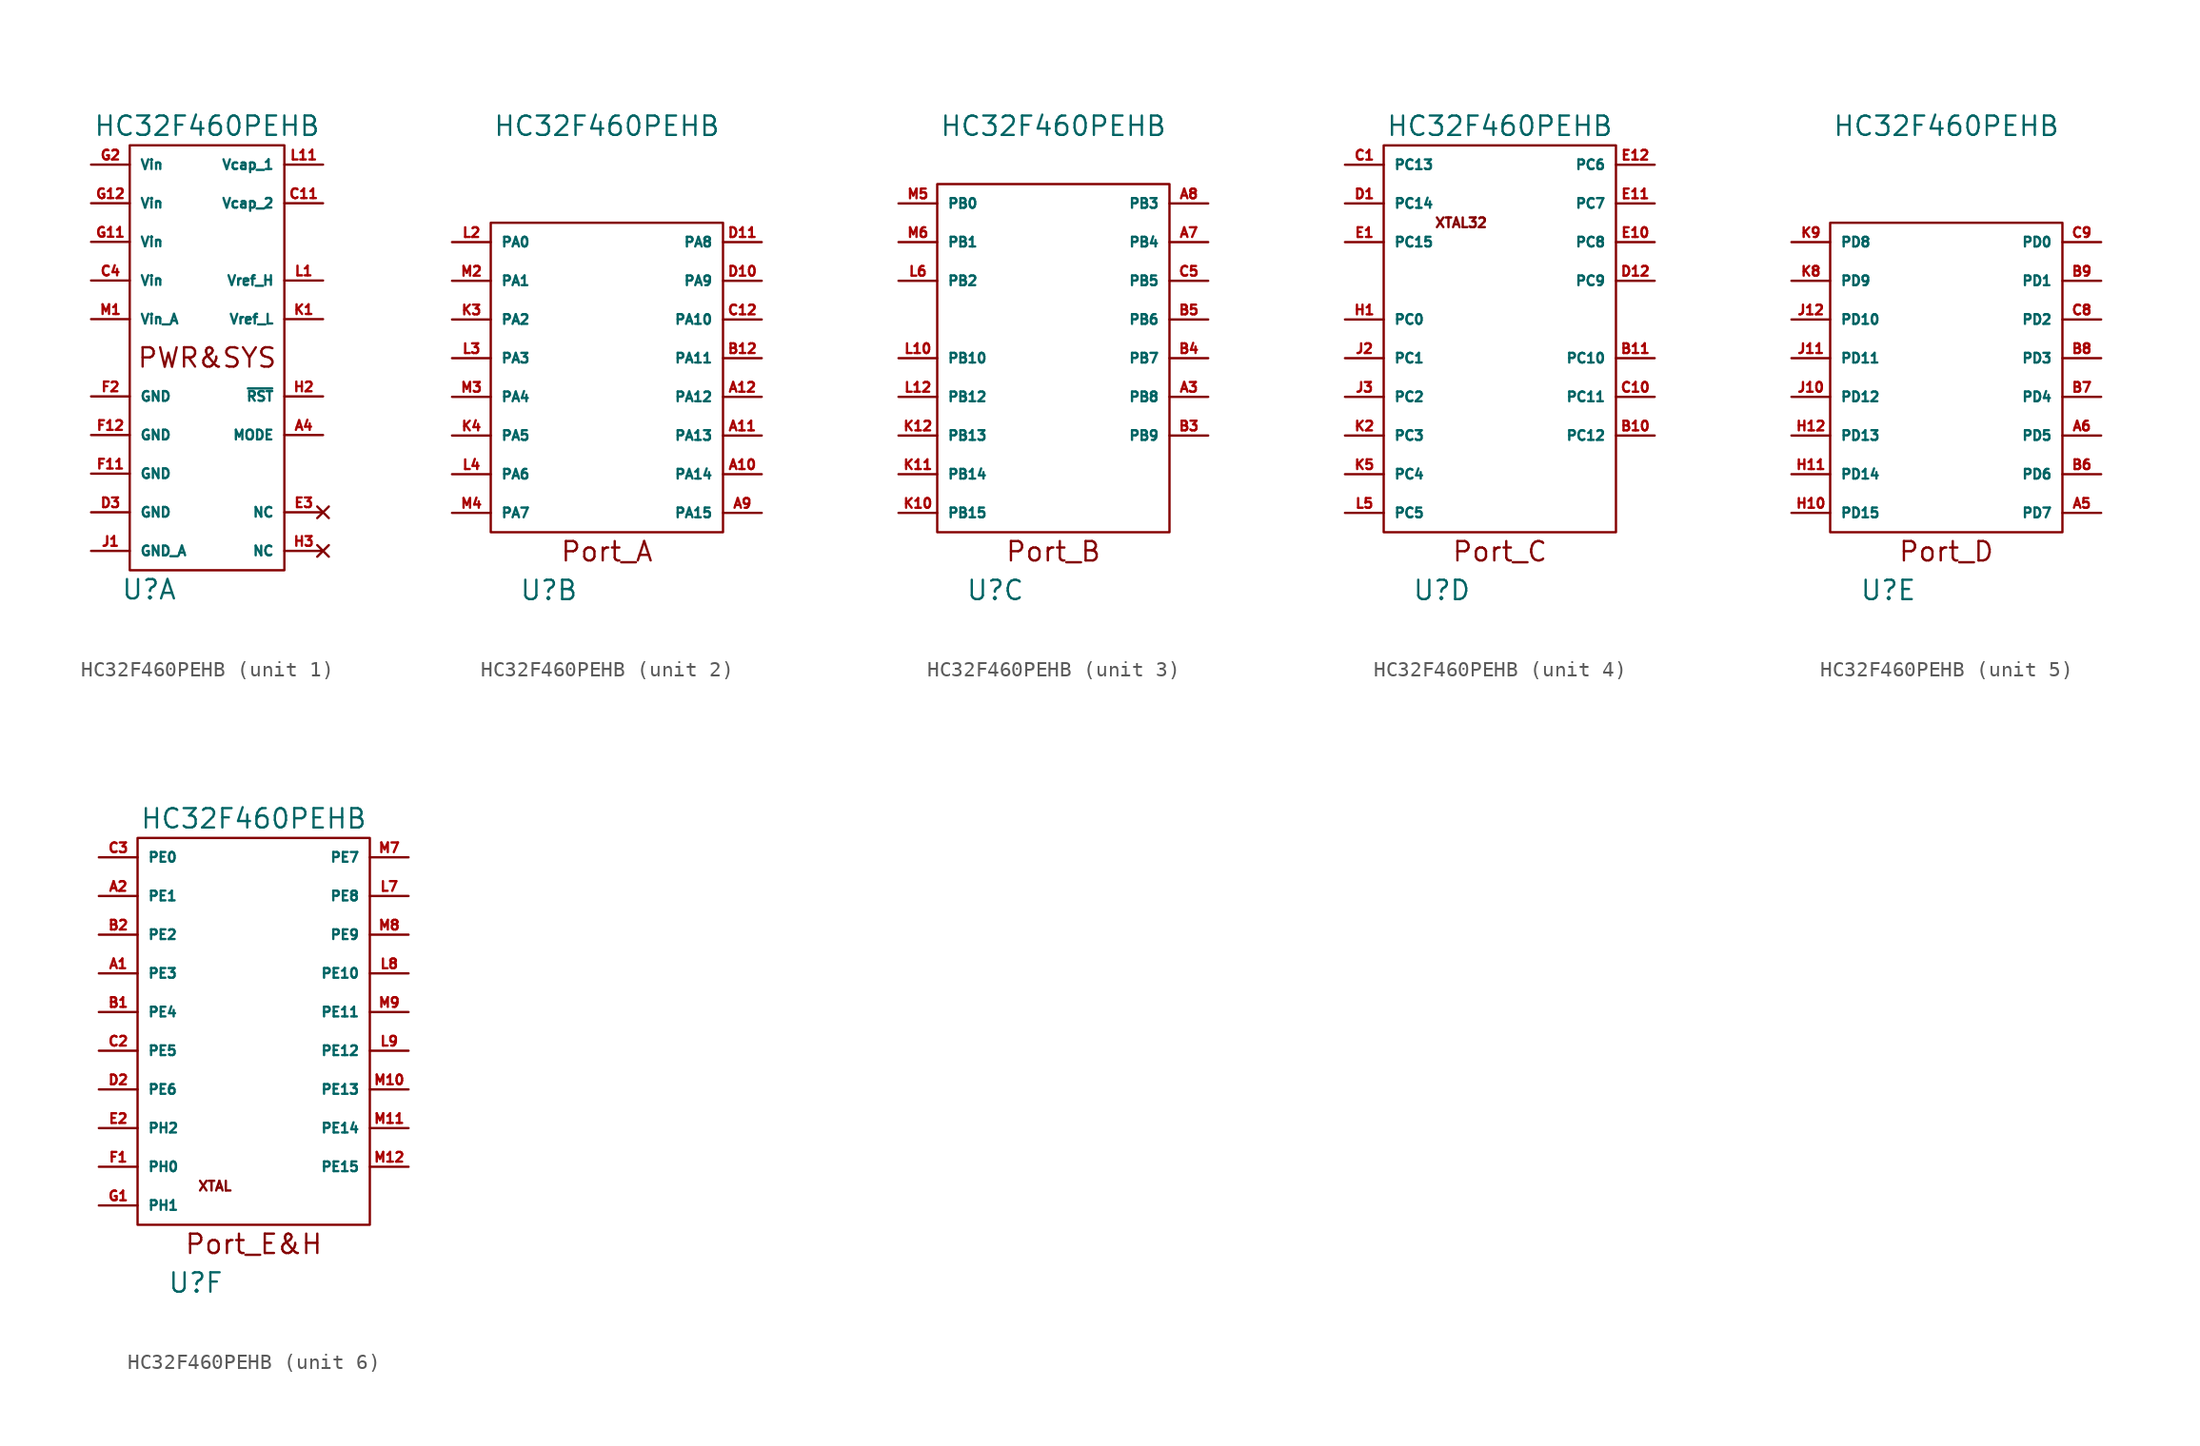
<source format=kicad_sym>
(kicad_symbol_lib
  (version 20211014)
  (generator kicad_symbol_editor)
  (symbol "HC32F460PEHB"
    (pin_names
      (offset 0.635))
    (property "Reference" "U"
      (at -3.81 -15.24 0)
      (effects (font (size 1.27 1.27))))
    (property "Value" "HC32F460PEHB"
      (at 0 15.24 0)
      (effects (font (size 1.27 1.27))))
    (property "ki_locked" ""
      (at 0 0 0)
      (effects (font (size 1.27 1.27))))
    (symbol "HC32F460PEHB_1_0"
      (rectangle (start -5.08 13.97) (end 5.08 -13.97) (stroke (width 0) (type default) (color 0 0 0 0)) (fill (type none)))
      (text "PWR&SYS" (at 0 0 0) (effects (font (size 1.27 1.27)))))
    (symbol "HC32F460PEHB_1_1"
      (pin input line (at 7.62 -5.08 180) (length 2.54) (name "MODE" (effects (font (size 0.635 0.635)))) (number "A4" (effects (font (size 0.635 0.635)))) (alternate "NMI" input line) (alternate "PB11" input line))
      (pin power_in line (at 7.62 10.16 180) (length 2.54) (name "Vcap_2" (effects (font (size 0.635 0.635)))) (number "C11" (effects (font (size 0.635 0.635)))))
      (pin power_in line (at -7.62 5.08 0) (length 2.54) (name "Vin" (effects (font (size 0.635 0.635)))) (number "C4" (effects (font (size 0.635 0.635)))))
      (pin power_in line (at -7.62 -10.16 0) (length 2.54) (name "GND" (effects (font (size 0.635 0.635)))) (number "D3" (effects (font (size 0.635 0.635)))))
      (pin no_connect line (at 7.62 -10.16 180) (length 2.54) (name "NC" (effects (font (size 0.635 0.635)))) (number "E3" (effects (font (size 0.635 0.635)))))
      (pin power_in line (at -7.62 -7.62 0) (length 2.54) (name "GND" (effects (font (size 0.635 0.635)))) (number "F11" (effects (font (size 0.635 0.635)))))
      (pin power_in line (at -7.62 -5.08 0) (length 2.54) (name "GND" (effects (font (size 0.635 0.635)))) (number "F12" (effects (font (size 0.635 0.635)))))
      (pin power_in line (at -7.62 -2.54 0) (length 2.54) (name "GND" (effects (font (size 0.635 0.635)))) (number "F2" (effects (font (size 0.635 0.635)))))
      (pin power_in line (at -7.62 7.62 0) (length 2.54) (name "Vin" (effects (font (size 0.635 0.635)))) (number "G11" (effects (font (size 0.635 0.635)))))
      (pin power_in line (at -7.62 10.16 0) (length 2.54) (name "Vin" (effects (font (size 0.635 0.635)))) (number "G12" (effects (font (size 0.635 0.635)))))
      (pin power_in line (at -7.62 12.7 0) (length 2.54) (name "Vin" (effects (font (size 0.635 0.635)))) (number "G2" (effects (font (size 0.635 0.635)))))
      (pin input line (at 7.62 -2.54 180) (length 2.54) (name "~{RST}" (effects (font (size 0.635 0.635)))) (number "H2" (effects (font (size 0.635 0.635)))))
      (pin no_connect line (at 7.62 -12.7 180) (length 2.54) (name "NC" (effects (font (size 0.635 0.635)))) (number "H3" (effects (font (size 0.635 0.635)))))
      (pin power_in line (at -7.62 -12.7 0) (length 2.54) (name "GND_A" (effects (font (size 0.635 0.635)))) (number "J1" (effects (font (size 0.635 0.635)))))
      (pin power_in line (at 7.62 2.54 180) (length 2.54) (name "Vref_L" (effects (font (size 0.635 0.635)))) (number "K1" (effects (font (size 0.635 0.635)))))
      (pin power_in line (at 7.62 5.08 180) (length 2.54) (name "Vref_H" (effects (font (size 0.635 0.635)))) (number "L1" (effects (font (size 0.635 0.635)))))
      (pin power_in line (at 7.62 12.7 180) (length 2.54) (name "Vcap_1" (effects (font (size 0.635 0.635)))) (number "L11" (effects (font (size 0.635 0.635)))))
      (pin power_in line (at -7.62 2.54 0) (length 2.54) (name "Vin_A" (effects (font (size 0.635 0.635)))) (number "M1" (effects (font (size 0.635 0.635))))))
    (symbol "HC32F460PEHB_2_0"
      (rectangle (start -7.62 8.89) (end 7.62 -11.43) (stroke (width 0) (type default) (color 0 0 0 0)) (fill (type none)))
      (text "Port_A" (at 0 -12.7 0) (effects (font (size 1.27 1.27)))))
    (symbol "HC32F460PEHB_2_1"
      (pin bidirectional line (at 10.16 -7.62 180) (length 2.54) (name "PA14" (effects (font (size 0.635 0.635)))) (number "A10" (effects (font (size 0.635 0.635)))) (alternate "Func_Grp1" bidirectional line) (alternate "I2S1_EXCK" input clock) (alternate "JTCK_SWCLK" input clock) (alternate "SDIO2_D2" bidirectional line) (alternate "SPI2_SS2" output line) (alternate "TIMA-2_PWM6" bidirectional line) (alternate "TIMA-4_TRIG" input line) (alternate "TIMA-6_PWM3" bidirectional line))
      (pin bidirectional line (at 10.16 -5.08 180) (length 2.54) (name "PA13" (effects (font (size 0.635 0.635)))) (number "A11" (effects (font (size 0.635 0.635)))) (alternate "Func_Grp1" bidirectional line) (alternate "JTMS_SWDIO" bidirectional line) (alternate "SDIO2_D3" bidirectional line) (alternate "SPI2_SS1" output line) (alternate "TIMA-2_PWM5" bidirectional line) (alternate "TIMA-6_CLKB" input clock) (alternate "TIMA-6_PWM2" bidirectional line))
      (pin bidirectional line (at 10.16 -2.54 180) (length 2.54) (name "PA12" (effects (font (size 0.635 0.635)))) (number "A12" (effects (font (size 0.635 0.635)))) (alternate "Func_Grp1" bidirectional line) (alternate "SDIO2_WP" input line) (alternate "TIM4-3_OWL" output line) (alternate "TIM6_TRIGA" input line) (alternate "TIMA-1_TRIG" input line) (alternate "TIMA-6_CLKA" input clock) (alternate "TIMA-6_PWM1" bidirectional line) (alternate "USBFS_DP" bidirectional line))
      (pin bidirectional line (at 10.16 -10.16 180) (length 2.54) (name "PA15" (effects (font (size 0.635 0.635)))) (number "A9" (effects (font (size 0.635 0.635)))) (alternate "Func_Grp1" bidirectional line) (alternate "I2S1_MCK" output clock) (alternate "JTDI" input line) (alternate "SDIO2_D1" bidirectional line) (alternate "SPI2_SS3" output line) (alternate "TIMA-2_CLKA" input clock) (alternate "TIMA-2_PWM1" bidirectional line) (alternate "TIMA-2_TRIG" input line) (alternate "TIMA-6_PWM4" bidirectional line))
      (pin bidirectional line (at 10.16 0 180) (length 2.54) (name "PA11" (effects (font (size 0.635 0.635)))) (number "B12" (effects (font (size 0.635 0.635)))) (alternate "EMB_IN1" input line) (alternate "Func_Grp1" bidirectional line) (alternate "SDIO2_CD" input line) (alternate "TIM4-1_CLK" input clock) (alternate "TIMA-1_PWM4" bidirectional line) (alternate "USBFS_DM" bidirectional line))
      (pin bidirectional line (at 10.16 2.54 180) (length 2.54) (name "PA10" (effects (font (size 0.635 0.635)))) (number "C12" (effects (font (size 0.635 0.635)))) (alternate "Func_Grp1" bidirectional line) (alternate "SDIO1_CD" input line) (alternate "TIM4-1_OWH" output line) (alternate "TIM6-3_PWMA" bidirectional line) (alternate "TIMA-1_PWM3" bidirectional line) (alternate "TIMA-5_TRIG" input line) (alternate "USBFS_ID" input line))
      (pin bidirectional line (at 10.16 5.08 180) (length 2.54) (name "PA9" (effects (font (size 0.635 0.635)))) (number "D10" (effects (font (size 0.635 0.635)))) (alternate "Func_Grp1" bidirectional line) (alternate "SDIO1_D2" bidirectional line) (alternate "TIM4-1_OVH" output line) (alternate "TIM6-2_PWMA" bidirectional line) (alternate "TIMA-1_CLKB" input clock) (alternate "TIMA-1_PWM2" bidirectional line) (alternate "USBFS_VBUS" input line))
      (pin bidirectional line (at 10.16 7.62 180) (length 2.54) (name "PA8" (effects (font (size 0.635 0.635)))) (number "D11" (effects (font (size 0.635 0.635)))) (alternate "Func_Grp1" bidirectional line) (alternate "MCO_1" output clock) (alternate "SDIO1_D1" bidirectional line) (alternate "TIM4-1_OUH" output line) (alternate "TIM6-1_PWMA" bidirectional line) (alternate "TIMA-1_CLKA" input clock) (alternate "TIMA-1_PWM1" bidirectional line) (alternate "USART1_CK" bidirectional clock) (alternate "USBFS_SOF" output line))
      (pin bidirectional line (at -10.16 2.54 0) (length 2.54) (name "PA2" (effects (font (size 0.635 0.635)))) (number "K3" (effects (font (size 0.635 0.635)))) (alternate "ADC1_IN2" input line) (alternate "CMP1_INP3" input line) (alternate "Func_Grp1" bidirectional line) (alternate "SDIO2_D6" bidirectional line) (alternate "SPI1_SS3" output line) (alternate "TIM4-2_OVH" output line) (alternate "TIMA-2_PWM3" bidirectional line) (alternate "TIMA-5_CLKA" input clock) (alternate "TIMA-5_PWM1" bidirectional line))
      (pin bidirectional line (at -10.16 -5.08 0) (length 2.54) (name "PA5" (effects (font (size 0.635 0.635)))) (number "K4" (effects (font (size 0.635 0.635)))) (alternate "ADC12_IN5" input line) (alternate "CMP2_INP2" input line) (alternate "Func_Grp1" bidirectional line) (alternate "I2S1_MCK" output clock) (alternate "KEYOUT1" output line) (alternate "TIM4-2_OWL" output line) (alternate "TIMA-2_CLKA" input clock) (alternate "TIMA-2_PWM1" bidirectional line) (alternate "TIMA-2_TRIG" input line) (alternate "TIMA-3_PWM6" bidirectional line))
      (pin bidirectional line (at -10.16 7.62 0) (length 2.54) (name "PA0" (effects (font (size 0.635 0.635)))) (number "L2" (effects (font (size 0.635 0.635)))) (alternate "ADC1_IN0" input line) (alternate "CMP1_INP1" input line) (alternate "Func_Grp1" bidirectional line) (alternate "SDIO2_D4" bidirectional line) (alternate "SPI1_SS1" output line) (alternate "TIM4-2_OUH" output line) (alternate "TIMA-2_CLKA" input clock) (alternate "TIMA-2_PWM1" bidirectional line) (alternate "TIMA-2_TRIG" input line))
      (pin bidirectional line (at -10.16 0 0) (length 2.54) (name "PA3" (effects (font (size 0.635 0.635)))) (number "L3" (effects (font (size 0.635 0.635)))) (alternate "ADC1_IN3" input line) (alternate "CMP1_INP4" input line) (alternate "Func_Grp1" bidirectional line) (alternate "SDIO2_D7" bidirectional line) (alternate "TIM4-2_OVL" output line) (alternate "TIMA-2_PWM4" bidirectional line) (alternate "TIMA-5_CLKB" input clock) (alternate "TIMA-5_PWM2" bidirectional line) (alternate "Vss_PGA" power_in line))
      (pin bidirectional line (at -10.16 -7.62 0) (length 2.54) (name "PA6" (effects (font (size 0.635 0.635)))) (number "L4" (effects (font (size 0.635 0.635)))) (alternate "ADC12_IN6" input line) (alternate "CMP2_INP3" input line) (alternate "EMB_IN2" input line) (alternate "Func_Grp1" bidirectional line) (alternate "KEYOUT2" output line) (alternate "SDIO1_CMD" bidirectional line) (alternate "TIMA-3_CLKA" input clock) (alternate "TIMA-3_PWM1" bidirectional line))
      (pin bidirectional line (at -10.16 5.08 0) (length 2.54) (name "PA1" (effects (font (size 0.635 0.635)))) (number "M2" (effects (font (size 0.635 0.635)))) (alternate "ADC1_IN1" input line) (alternate "CMP1_INP2" input line) (alternate "Func_Grp1" bidirectional line) (alternate "SDIO2_D5" bidirectional line) (alternate "SPI1_SS2" output line) (alternate "TIM4-2_OUL" output line) (alternate "TIMA-2_CLKB" input clock) (alternate "TIMA-2_PWM2" bidirectional line) (alternate "TIMA-3_TRIG" input line))
      (pin bidirectional line (at -10.16 -2.54 0) (length 2.54) (name "PA4" (effects (font (size 0.635 0.635)))) (number "M3" (effects (font (size 0.635 0.635)))) (alternate "ADC12_IN4" input line) (alternate "CMP2_INP1" input line) (alternate "CMP3_INP4" input line) (alternate "Func_Grp1" bidirectional line) (alternate "I2S1_EXCK" input clock) (alternate "KEYOUT0" output line) (alternate "TIM4-2_OWH" output line) (alternate "TIMA-3_PWM5" bidirectional line) (alternate "USART2_CK" bidirectional clock))
      (pin bidirectional line (at -10.16 -10.16 0) (length 2.54) (name "PA7" (effects (font (size 0.635 0.635)))) (number "M4" (effects (font (size 0.635 0.635)))) (alternate "ADC12_IN7" input line) (alternate "CMP1_INM1" input line) (alternate "CMP2_INM1" input line) (alternate "CMP3_INM1" input line) (alternate "EMB_IN3" input line) (alternate "Func_Grp1" bidirectional line) (alternate "KEYOUT3" output line) (alternate "SDIO2_WP" input line) (alternate "TIM4-1_OUL" output line) (alternate "TIM6-1_PWMB" bidirectional line) (alternate "TIMA-1_PWM5" bidirectional line) (alternate "TIMA-3_CLKB" input clock) (alternate "TIMA-3_PWM2" bidirectional line)))
    (symbol "HC32F460PEHB_3_0"
      (rectangle (start -7.62 11.43) (end 7.62 -11.43) (stroke (width 0) (type default) (color 0 0 0 0)) (fill (type none)))
      (text "Port_B" (at 0 -12.7 0) (effects (font (size 1.27 1.27)))))
    (symbol "HC32F460PEHB_3_1"
      (pin bidirectional line (at 10.16 -2.54 180) (length 2.54) (name "PB8" (effects (font (size 0.635 0.635)))) (number "A3" (effects (font (size 0.635 0.635)))) (alternate "Func_Grp2" bidirectional line) (alternate "KEYOUT7" output line) (alternate "SDIO1_D4" bidirectional line) (alternate "TIM4-3_OUL" output line) (alternate "TIMA-4_PWM3" bidirectional line) (alternate "USBFS_DRVBUS" output line))
      (pin bidirectional line (at 10.16 7.62 180) (length 2.54) (name "PB4" (effects (font (size 0.635 0.635)))) (number "A7" (effects (font (size 0.635 0.635)))) (alternate "Func_Grp2" bidirectional line) (alternate "SDIO1_D0" bidirectional line) (alternate "TIM4-3_OWL" output line) (alternate "TIMA-3_CLKA" input clock) (alternate "TIMA-3_PWM1" bidirectional line) (alternate "TIMA-6_PWM6" bidirectional line) (alternate "nJTRST" input line))
      (pin bidirectional line (at 10.16 10.16 180) (length 2.54) (name "PB3" (effects (font (size 0.635 0.635)))) (number "A8" (effects (font (size 0.635 0.635)))) (alternate "FCMREF" input clock) (alternate "Func_Grp2" bidirectional line) (alternate "JTDO_TRACESWO" output line) (alternate "SDIO2_D0" bidirectional line) (alternate "TIM4-3_CLK" input clock) (alternate "TIMA-2_CLKB" input clock) (alternate "TIMA-2_PWM2" bidirectional line) (alternate "TIMA-6_PWM5" bidirectional line))
      (pin bidirectional line (at 10.16 -5.08 180) (length 2.54) (name "PB9" (effects (font (size 0.635 0.635)))) (number "B3" (effects (font (size 0.635 0.635)))) (alternate "Func_Grp2" bidirectional line) (alternate "KEYOUT6" output line) (alternate "SDIO1_D5" bidirectional line) (alternate "SPI2_SS1" output line) (alternate "TIM4-3_OUH" output line) (alternate "TIMA-4_PWM4" bidirectional line) (alternate "TIMA-6_TRIG" input line))
      (pin bidirectional line (at 10.16 0 180) (length 2.54) (name "PB7" (effects (font (size 0.635 0.635)))) (number "B4" (effects (font (size 0.635 0.635)))) (alternate "ADTRG1" input line) (alternate "Func_Grp2" bidirectional line) (alternate "SDIO1_D0" bidirectional line) (alternate "TIM4-3_OVH" output line) (alternate "TIMA-4_CLKB" input clock) (alternate "TIMA-4_PWM2" bidirectional line))
      (pin bidirectional line (at 10.16 2.54 180) (length 2.54) (name "PB6" (effects (font (size 0.635 0.635)))) (number "B5" (effects (font (size 0.635 0.635)))) (alternate "ADTRG2" input line) (alternate "Func_Grp2" bidirectional line) (alternate "I2S4_MCK" output clock) (alternate "SDIO2_CK" output clock) (alternate "TIM4-3_OVL" output line) (alternate "TIMA-4_CLKA" input clock) (alternate "TIMA-4_PWM1" bidirectional line) (alternate "TIMA-6_PWM8" bidirectional line))
      (pin bidirectional line (at 10.16 5.08 180) (length 2.54) (name "PB5" (effects (font (size 0.635 0.635)))) (number "C5" (effects (font (size 0.635 0.635)))) (alternate "Func_Grp2" bidirectional line) (alternate "I2S4_EXCK" input clock) (alternate "SDIO1_D3" bidirectional line) (alternate "TIM4-3_OWH" output line) (alternate "TIMA-3_CLKB" input clock) (alternate "TIMA-3_PWM2" bidirectional line) (alternate "TIMA-6_PWM7" bidirectional line))
      (pin bidirectional line (at -10.16 -10.16 0) (length 2.54) (name "PB15" (effects (font (size 0.635 0.635)))) (number "K10" (effects (font (size 0.635 0.635)))) (alternate "EMB_IN4" input line) (alternate "Func_Grp2" bidirectional clock) (alternate "RTC_OUT" output clock) (alternate "SDIO1_CK" output clock) (alternate "TIM6-3_PWMB" bidirectional line) (alternate "TIMA-1_PWM7" bidirectional line) (alternate "TIMA-6_TRIG" input line) (alternate "TIMA4-1_OWL" output line) (alternate "USART3_CK" bidirectional clock))
      (pin bidirectional line (at -10.16 -7.62 0) (length 2.54) (name "PB14" (effects (font (size 0.635 0.635)))) (number "K11" (effects (font (size 0.635 0.635)))) (alternate "Func_Grp2" bidirectional line) (alternate "QSPI_SCK" output clock) (alternate "SDIO1_D6" bidirectional line) (alternate "TIM4-1_OVL" output line) (alternate "TIM6-2_PWMB" bidirectional line) (alternate "TIMA-1_PWM6" bidirectional line) (alternate "VCOUT3" output line))
      (pin bidirectional line (at -10.16 -5.08 0) (length 2.54) (name "PB13" (effects (font (size 0.635 0.635)))) (number "K12" (effects (font (size 0.635 0.635)))) (alternate "Func_Grp2" bidirectional line) (alternate "QSPI_SIO0" bidirectional line) (alternate "SDIO2_D0" bidirectional line) (alternate "TIM4-1_OUL" output line) (alternate "TIM6-1_PWMB" bidirectional line) (alternate "TIMA-1_PWM5" bidirectional line) (alternate "VCOUT2" output line))
      (pin bidirectional line (at -10.16 0 0) (length 2.54) (name "PB10" (effects (font (size 0.635 0.635)))) (number "L10" (effects (font (size 0.635 0.635)))) (alternate "ADTRG2" input line) (alternate "Func_Grp2" bidirectional line) (alternate "I2S3_EXCK" input clock) (alternate "QSPI_SIO2" bidirectional line) (alternate "SDIO1_D7" bidirectional line) (alternate "TIM4-2_OVH" output line) (alternate "TIMA-2_PWM3" bidirectional line) (alternate "TIMA-5_PWM8" bidirectional line))
      (pin bidirectional line (at -10.16 -2.54 0) (length 2.54) (name "PB12" (effects (font (size 0.635 0.635)))) (number "L12" (effects (font (size 0.635 0.635)))) (alternate "EMB_IN2" input line) (alternate "Func_Grp2" bidirectional line) (alternate "I2S3_MCK" output clock) (alternate "QSPI_SIO1" bidirectional line) (alternate "SDIO2_D1" bidirectional line) (alternate "TIM4-2_OVL" output line) (alternate "TIM6_TRIGB" input line) (alternate "TIMA-1_PWM8" bidirectional line) (alternate "VCOUT1" output line))
      (pin bidirectional line (at -10.16 5.08 0) (length 2.54) (name "PB2" (effects (font (size 0.635 0.635)))) (number "L6" (effects (font (size 0.635 0.635)))) (alternate "EMB_IN1" input line) (alternate "Func_Grp1" bidirectional line) (alternate "I2S2_MCK" output clock) (alternate "PVD2EXINP" input line) (alternate "QSPI_SIO3" bidirectional line) (alternate "SDIO2_D2" bidirectional line) (alternate "TIM6_TRIGB" input line) (alternate "TIMA-1_PWM8" bidirectional line) (alternate "VCOUT123" output line))
      (pin bidirectional line (at -10.16 10.16 0) (length 2.54) (name "PB0" (effects (font (size 0.635 0.635)))) (number "M5" (effects (font (size 0.635 0.635)))) (alternate "ADC12_IN8" input line) (alternate "CMP3_INP1" input line) (alternate "Func_Grp1" bidirectional line) (alternate "KEYOUT4" output line) (alternate "SDIO2_CMD" bidirectional line) (alternate "TIM4-1_OVL" output line) (alternate "TIM6-2_PWMB" bidirectional line) (alternate "TIMA-1_PWM6" bidirectional line) (alternate "TIMA-3_PWM3" bidirectional line) (alternate "USART4_CK" bidirectional clock))
      (pin bidirectional line (at -10.16 7.62 0) (length 2.54) (name "PB1" (effects (font (size 0.635 0.635)))) (number "M6" (effects (font (size 0.635 0.635)))) (alternate "ADC12_IN9" input line) (alternate "CMP3_INP2" input line) (alternate "Func_Grp1" bidirectional line) (alternate "I2S2_EXCK" input clock) (alternate "KEYOUT5" output line) (alternate "QSPI_nSS" output line) (alternate "SDIO2_D3" bidirectional line) (alternate "TIM4-1_OWL" output line) (alternate "TIM6-3_PWMB" bidirectional line) (alternate "TIMA-1_PWM7" bidirectional line) (alternate "TIMA-3_PWM4" bidirectional line)))
    (symbol "HC32F460PEHB_4_0"
      (rectangle (start -7.62 13.97) (end 7.62 -11.43) (stroke (width 0) (type default) (color 0 0 0 0)) (fill (type none)))
      (text "Port_C" (at 0 -12.7 0) (effects (font (size 1.27 1.27)))))
    (symbol "HC32F460PEHB_4_1"
      (text "XTAL32" (at -2.54 8.89 0) (effects (font (size 0.635 0.635))))
      (pin bidirectional line (at 10.16 -5.08 180) (length 2.54) (name "PC12" (effects (font (size 0.635 0.635)))) (number "B10" (effects (font (size 0.635 0.635)))) (alternate "Func_Grp1" bidirectional line) (alternate "SDIO1_CK" output clock) (alternate "TIM4-3_OWH" output line) (alternate "TIM4_TRIG" input line) (alternate "TIMA-5_PWM3" bidirectional line))
      (pin bidirectional line (at 10.16 0 180) (length 2.54) (name "PC10" (effects (font (size 0.635 0.635)))) (number "B11" (effects (font (size 0.635 0.635)))) (alternate "Func_Grp1" bidirectional line) (alternate "SDIO1_D2" bidirectional line) (alternate "TIM4-3_OUH" output line) (alternate "TIMA-2_PWM7" bidirectional line) (alternate "TIMA-5_CLKA" input clock) (alternate "TIMA-5_PWM1" bidirectional line))
      (pin bidirectional line (at -10.16 12.7 0) (length 2.54) (name "PC13" (effects (font (size 0.635 0.635)))) (number "C1" (effects (font (size 0.635 0.635)))) (alternate "Func_Grp2" bidirectional line) (alternate "I2S3_MCK" output clock) (alternate "RTC_OUT" output clock) (alternate "SDIO2_CK" output clock) (alternate "TIMA-4_PWM8" bidirectional line))
      (pin bidirectional line (at 10.16 -2.54 180) (length 2.54) (name "PC11" (effects (font (size 0.635 0.635)))) (number "C10" (effects (font (size 0.635 0.635)))) (alternate "Func_Grp1" bidirectional line) (alternate "SDIO1_D3" bidirectional line) (alternate "TIM4-3_OVH" output line) (alternate "TIMA-2_PWM8" bidirectional line) (alternate "TIMA-5_CLKB" input clock) (alternate "TIMA-5_PWM2" bidirectional line))
      (pin bidirectional line (at -10.16 10.16 0) (length 2.54) (name "PC14" (effects (font (size 0.635 0.635)))) (number "D1" (effects (font (size 0.635 0.635)))) (alternate "TIMA-4_PWM5" bidirectional line) (alternate "XTAL32_OUT" output clock))
      (pin bidirectional line (at 10.16 5.08 180) (length 2.54) (name "PC9" (effects (font (size 0.635 0.635)))) (number "D12" (effects (font (size 0.635 0.635)))) (alternate "Func_Grp1" bidirectional line) (alternate "KEYOUT0" output line) (alternate "MCO_2" output clock) (alternate "SDIO1_D1" bidirectional line) (alternate "TIM4-2_OWL" output line) (alternate "TIMA-3_PWM4" bidirectional line) (alternate "TIMA-5_PWM5" bidirectional line))
      (pin bidirectional line (at -10.16 7.62 0) (length 2.54) (name "PC15" (effects (font (size 0.635 0.635)))) (number "E1" (effects (font (size 0.635 0.635)))) (alternate "TIMA-4_PWM6" bidirectional line) (alternate "XTAL32_IN" input clock))
      (pin bidirectional line (at 10.16 7.62 180) (length 2.54) (name "PC8" (effects (font (size 0.635 0.635)))) (number "E10" (effects (font (size 0.635 0.635)))) (alternate "Func_Grp2" bidirectional line) (alternate "I2S2_MCK" output clock) (alternate "KEYOUT1" output line) (alternate "SDIO1_D0" bidirectional line) (alternate "TIM4-2_OWH" output line) (alternate "TIMA-3_PWM3" bidirectional line) (alternate "TIMA-5_PWM6" bidirectional line) (alternate "USART3_CK" bidirectional clock))
      (pin bidirectional line (at 10.16 10.16 180) (length 2.54) (name "PC7" (effects (font (size 0.635 0.635)))) (number "E11" (effects (font (size 0.635 0.635)))) (alternate "Func_Grp2" bidirectional line) (alternate "I2S2_EXCK" input clock) (alternate "KEYOUT2" output line) (alternate "QSPI_nSS" output line) (alternate "SDIO1_D7" bidirectional line) (alternate "TIM4-2_CLK" input clock) (alternate "TIMA-3_CLKB" input clock) (alternate "TIMA-3_PWM2" bidirectional line) (alternate "TIMA-5_PWM7" bidirectional line))
      (pin bidirectional line (at 10.16 12.7 180) (length 2.54) (name "PC6" (effects (font (size 0.635 0.635)))) (number "E12" (effects (font (size 0.635 0.635)))) (alternate "Func_Grp2" bidirectional line) (alternate "KEYOUT3" output line) (alternate "QSPI_SCK" output clock) (alternate "SDIO1_D6" bidirectional line) (alternate "TIMA-3_CLKA" input clock) (alternate "TIMA-3_PWM1" bidirectional line) (alternate "TIMA-5_PWM8" bidirectional line))
      (pin bidirectional line (at -10.16 2.54 0) (length 2.54) (name "PC0" (effects (font (size 0.635 0.635)))) (number "H1" (effects (font (size 0.635 0.635)))) (alternate "ADC12_IN10" input line) (alternate "CMP3_INP3" input line) (alternate "Func_Grp1" bidirectional line) (alternate "SDIO2_D5" bidirectional line) (alternate "TIMA-2_PWM5" bidirectional line))
      (pin bidirectional line (at -10.16 0 0) (length 2.54) (name "PC1" (effects (font (size 0.635 0.635)))) (number "J2" (effects (font (size 0.635 0.635)))) (alternate "ADC12_IN11" input line) (alternate "Func_Grp1" bidirectional line) (alternate "SDIO2_D6" bidirectional line) (alternate "TIMA-2_PWM6" bidirectional line))
      (pin bidirectional line (at -10.16 -2.54 0) (length 2.54) (name "PC2" (effects (font (size 0.635 0.635)))) (number "J3" (effects (font (size 0.635 0.635)))) (alternate "ADC1_IN12" input line) (alternate "EMB_IN3" input line) (alternate "Func_Grp1" bidirectional line) (alternate "SDIO2_D7" bidirectional line) (alternate "TIMA-2_PWM7" bidirectional line))
      (pin bidirectional line (at -10.16 -5.08 0) (length 2.54) (name "PC3" (effects (font (size 0.635 0.635)))) (number "K2" (effects (font (size 0.635 0.635)))) (alternate "ADC1_IN13" input line) (alternate "CMP1_INM2" input line) (alternate "Func_Grp1" bidirectional line) (alternate "SDIO1_WP" input line) (alternate "TIMA-2_PWM8" bidirectional line))
      (pin bidirectional line (at -10.16 -7.62 0) (length 2.54) (name "PC4" (effects (font (size 0.635 0.635)))) (number "K5" (effects (font (size 0.635 0.635)))) (alternate "ADC1_IN14" input line) (alternate "CMP2_INM2" input line) (alternate "Func_Grp1" bidirectional line) (alternate "SDIO2_CD" input line) (alternate "TIM4-2_OUH" output line) (alternate "TIMA-3_PWM7" bidirectional line) (alternate "USART1_CK" bidirectional clock))
      (pin bidirectional line (at -10.16 -10.16 0) (length 2.54) (name "PC5" (effects (font (size 0.635 0.635)))) (number "L5" (effects (font (size 0.635 0.635)))) (alternate "ADC1_IN15" input line) (alternate "CMP3_INM2" input line) (alternate "Func_Grp1" bidirectional line) (alternate "SDIO2_CMD" bidirectional line) (alternate "TIM4-2_OUL" output line) (alternate "TIMA-3_PWM8" bidirectional line)))
    (symbol "HC32F460PEHB_5_0"
      (rectangle (start -7.62 8.89) (end 7.62 -11.43) (stroke (width 0) (type default) (color 0 0 0 0)) (fill (type none)))
      (text "Port_D" (at 0 -12.7 0) (effects (font (size 1.27 1.27)))))
    (symbol "HC32F460PEHB_5_1"
      (pin bidirectional line (at 10.16 -10.16 180) (length 2.54) (name "PD7" (effects (font (size 0.635 0.635)))) (number "A5" (effects (font (size 0.635 0.635)))) (alternate "USART2_CK" bidirectional clock))
      (pin bidirectional line (at 10.16 -5.08 180) (length 2.54) (name "PD5" (effects (font (size 0.635 0.635)))) (number "A6" (effects (font (size 0.635 0.635)))) (alternate "VCOUT3" output line))
      (pin bidirectional line (at 10.16 -7.62 180) (length 2.54) (name "PD6" (effects (font (size 0.635 0.635)))) (number "B6" (effects (font (size 0.635 0.635)))) (alternate "USART2_CK" bidirectional clock))
      (pin bidirectional line (at 10.16 -2.54 180) (length 2.54) (name "PD4" (effects (font (size 0.635 0.635)))) (number "B7" (effects (font (size 0.635 0.635)))) (alternate "TIMA-6_PWM8" bidirectional line) (alternate "VCOUT2" output line))
      (pin bidirectional line (at 10.16 0 180) (length 2.54) (name "PD3" (effects (font (size 0.635 0.635)))) (number "B8" (effects (font (size 0.635 0.635)))) (alternate "TIMA-6_PWM7" bidirectional line) (alternate "VCOUT1" output line))
      (pin bidirectional line (at 10.16 5.08 180) (length 2.54) (name "PD1" (effects (font (size 0.635 0.635)))) (number "B9" (effects (font (size 0.635 0.635)))) (alternate "Func_Grp1" bidirectional line) (alternate "TIMA-3_TRIG" input line) (alternate "TIMA-6_PWM5" bidirectional line))
      (pin bidirectional line (at 10.16 2.54 180) (length 2.54) (name "PD2" (effects (font (size 0.635 0.635)))) (number "C8" (effects (font (size 0.635 0.635)))) (alternate "Func_Grp1" bidirectional line) (alternate "SDIO1_CMD" bidirectional line) (alternate "TIMA-2_PWM4" bidirectional line) (alternate "TIMA-6_PWM6" bidirectional line))
      (pin bidirectional line (at 10.16 7.62 180) (length 2.54) (name "PD0" (effects (font (size 0.635 0.635)))) (number "C9" (effects (font (size 0.635 0.635)))) (alternate "Func_Grp1" bidirectional line) (alternate "TIMA-5_PWM4" bidirectional line) (alternate "VCOUT123" output line))
      (pin bidirectional line (at -10.16 -10.16 0) (length 2.54) (name "PD15" (effects (font (size 0.635 0.635)))) (number "H10" (effects (font (size 0.635 0.635)))) (alternate "TIMA-4_PWM4" bidirectional line) (alternate "TIMA-5_PWM8" bidirectional line))
      (pin bidirectional line (at -10.16 -7.62 0) (length 2.54) (name "PD14" (effects (font (size 0.635 0.635)))) (number "H11" (effects (font (size 0.635 0.635)))) (alternate "TIMA-4_PWM3" bidirectional line) (alternate "TIMA-5_PWM7" bidirectional line))
      (pin bidirectional line (at -10.16 -5.08 0) (length 2.54) (name "PD13" (effects (font (size 0.635 0.635)))) (number "H12" (effects (font (size 0.635 0.635)))) (alternate "TIMA-4_CLKB" input clock) (alternate "TIMA-4_PWM2" bidirectional line) (alternate "TIMA-5_PWM6" bidirectional line))
      (pin bidirectional line (at -10.16 -2.54 0) (length 2.54) (name "PD12" (effects (font (size 0.635 0.635)))) (number "J10" (effects (font (size 0.635 0.635)))) (alternate "TIMA-4_CLKA" input clock) (alternate "TIMA-4_PWM1" bidirectional line) (alternate "TIMA-5_PWM5" bidirectional line))
      (pin bidirectional line (at -10.16 0 0) (length 2.54) (name "PD11" (effects (font (size 0.635 0.635)))) (number "J11" (effects (font (size 0.635 0.635)))) (alternate "Func_Grp2" bidirectional line) (alternate "KEYOUT4" output line) (alternate "QSPI_SIO3" bidirectional line) (alternate "TIM4-3_CLK" input clock) (alternate "TIMA-6_PWM4" bidirectional line))
      (pin bidirectional line (at -10.16 2.54 0) (length 2.54) (name "PD10" (effects (font (size 0.635 0.635)))) (number "J12" (effects (font (size 0.635 0.635)))) (alternate "Func_Grp2" bidirectional line) (alternate "KEYOUT5" output line) (alternate "QSPI_SIO2" bidirectional line) (alternate "TIM4-3_OWL" output line) (alternate "TIMA-6_PWM3" bidirectional line))
      (pin bidirectional line (at -10.16 5.08 0) (length 2.54) (name "PD9" (effects (font (size 0.635 0.635)))) (number "K8" (effects (font (size 0.635 0.635)))) (alternate "Func_Grp2" bidirectional line) (alternate "KEYOUT6" output line) (alternate "QSPI_SIO1" bidirectional line) (alternate "TIM4-3_OVL" output line) (alternate "TIMA-6_CLKB" input clock) (alternate "TIMA-6_PWM2" bidirectional line))
      (pin bidirectional line (at -10.16 7.62 0) (length 2.54) (name "PD8" (effects (font (size 0.635 0.635)))) (number "K9" (effects (font (size 0.635 0.635)))) (alternate "Func_Grp2" bidirectional line) (alternate "KEYOUT7" output line) (alternate "QSPI_SIO0" bidirectional line) (alternate "TIM4-3_OUL" output line) (alternate "TIMA-6_CLKA" input clock) (alternate "TIMA-6_PWM1" bidirectional line)))
    (symbol "HC32F460PEHB_6_0"
      (rectangle (start -7.62 13.97) (end 7.62 -11.43) (stroke (width 0) (type default) (color 0 0 0 0)) (fill (type none)))
      (text "Port_E&H" (at 0 -12.7 0) (effects (font (size 1.27 1.27)))))
    (symbol "HC32F460PEHB_6_1"
      (text "XTAL" (at -2.54 -8.89 0) (effects (font (size 0.635 0.635))))
      (pin bidirectional line (at -10.16 5.08 0) (length 2.54) (name "PE3" (effects (font (size 0.635 0.635)))) (number "A1" (effects (font (size 0.635 0.635)))) (alternate "Func_Grp2" bidirectional line) (alternate "TIMA-3_PWM6" bidirectional line) (alternate "TRACE_D0" output line) (alternate "USART4_CK" bidirectional clock))
      (pin bidirectional line (at -10.16 10.16 0) (length 2.54) (name "PE1" (effects (font (size 0.635 0.635)))) (number "A2" (effects (font (size 0.635 0.635)))) (alternate "Func_Grp2" bidirectional line) (alternate "MCO_2" output clock) (alternate "SPI2_SS3" output line) (alternate "TIM4-3_CLK" input clock))
      (pin bidirectional line (at -10.16 2.54 0) (length 2.54) (name "PE4" (effects (font (size 0.635 0.635)))) (number "B1" (effects (font (size 0.635 0.635)))) (alternate "Func_Grp2" bidirectional line) (alternate "TIMA-3_PWM7" bidirectional line) (alternate "TRACE_D1" output line))
      (pin bidirectional line (at -10.16 7.62 0) (length 2.54) (name "PE2" (effects (font (size 0.635 0.635)))) (number "B2" (effects (font (size 0.635 0.635)))) (alternate "Func_Grp2" bidirectional line) (alternate "TIMA-3_PWM5" bidirectional line) (alternate "TRACE_CK" output clock) (alternate "USART3_CK" bidirectional clock))
      (pin bidirectional line (at -10.16 0 0) (length 2.54) (name "PE5" (effects (font (size 0.635 0.635)))) (number "C2" (effects (font (size 0.635 0.635)))) (alternate "Func_Grp2" bidirectional line) (alternate "TIMA-3_PWM8" bidirectional line) (alternate "TRACE_D2" output line))
      (pin bidirectional line (at -10.16 12.7 0) (length 2.54) (name "PE0" (effects (font (size 0.635 0.635)))) (number "C3" (effects (font (size 0.635 0.635)))) (alternate "EIRQ2" input line) (alternate "EVENTOUT" output line) (alternate "TIMA-3_PWM5" bidirectional line) (alternate "TRACE_CK" output clock) (alternate "USART3_CK" bidirectional clock))
      (pin bidirectional line (at -10.16 -2.54 0) (length 2.54) (name "PE6" (effects (font (size 0.635 0.635)))) (number "D2" (effects (font (size 0.635 0.635)))) (alternate "Func_Grp2" bidirectional line) (alternate "TRACE_D3" output line))
      (pin bidirectional line (at -10.16 -5.08 0) (length 2.54) (name "PH2" (effects (font (size 0.635 0.635)))) (number "E2" (effects (font (size 0.635 0.635)))) (alternate "EMB_IN4" input line) (alternate "FCMREF" input clock) (alternate "Func_Grp1" bidirectional line) (alternate "I2S3_EXCK" input clock) (alternate "SDIO2_D4" bidirectional line) (alternate "TIM4-2_CLK" input clock) (alternate "TIMA-4_PWM7" bidirectional line))
      (pin bidirectional line (at -10.16 -7.62 0) (length 2.54) (name "PH0" (effects (font (size 0.635 0.635)))) (number "F1" (effects (font (size 0.635 0.635)))) (alternate "TIMA-5_PWM3" bidirectional line) (alternate "XTAL_IN" input clock))
      (pin bidirectional line (at -10.16 -10.16 0) (length 2.54) (name "PH1" (effects (font (size 0.635 0.635)))) (number "G1" (effects (font (size 0.635 0.635)))) (alternate "TIMA-5_PWM4" bidirectional line) (alternate "XTAL_OUT" output clock))
      (pin bidirectional line (at 10.16 10.16 180) (length 2.54) (name "PE8" (effects (font (size 0.635 0.635)))) (number "L7" (effects (font (size 0.635 0.635)))) (alternate "TIM4-1_OUL" output line) (alternate "TIM6-1_PWMB" bidirectional line) (alternate "TIMA-1_PWM5" bidirectional line))
      (pin bidirectional line (at 10.16 5.08 180) (length 2.54) (name "PE10" (effects (font (size 0.635 0.635)))) (number "L8" (effects (font (size 0.635 0.635)))) (alternate "TIM4-1_OVL" output line) (alternate "TIM6-2_PWMB" bidirectional line) (alternate "TIMA-1_PWM6" bidirectional line))
      (pin bidirectional line (at 10.16 0 180) (length 2.54) (name "PE12" (effects (font (size 0.635 0.635)))) (number "L9" (effects (font (size 0.635 0.635)))) (alternate "Func_Grp2" bidirectional line) (alternate "SPI1_SS1" output line) (alternate "TIM4-1_OWL" output line) (alternate "TIM6-3_PWMB" bidirectional line) (alternate "TIMA-1_PWM7" bidirectional line))
      (pin bidirectional line (at 10.16 -2.54 180) (length 2.54) (name "PE13" (effects (font (size 0.635 0.635)))) (number "M10" (effects (font (size 0.635 0.635)))) (alternate "Func_Grp2" bidirectional line) (alternate "SPI1_SS2" output line) (alternate "TIM4-1_OWH" output line) (alternate "TIM6-3_PWMA" bidirectional line) (alternate "TIMA-1_PWM3" bidirectional line))
      (pin bidirectional line (at 10.16 -5.08 180) (length 2.54) (name "PE14" (effects (font (size 0.635 0.635)))) (number "M11" (effects (font (size 0.635 0.635)))) (alternate "Func_Grp2" bidirectional line) (alternate "SDIO1_CD" input line) (alternate "SPI1_SS3" output line) (alternate "TIM4-1_CLK" input clock) (alternate "TIMA-1_PWM4" bidirectional line))
      (pin bidirectional line (at 10.16 -7.62 180) (length 2.54) (name "PE15" (effects (font (size 0.635 0.635)))) (number "M12" (effects (font (size 0.635 0.635)))) (alternate "EMB_IN2" input line) (alternate "Func_Grp1" bidirectional line) (alternate "SDIO1_WP" input line) (alternate "TIMA-1_PWM8" bidirectional line) (alternate "TIMA-5_TRIG" input line) (alternate "USART4_CK" bidirectional clock))
      (pin bidirectional line (at 10.16 12.7 180) (length 2.54) (name "PE7" (effects (font (size 0.635 0.635)))) (number "M7" (effects (font (size 0.635 0.635)))) (alternate "ADTRG1" input line) (alternate "TIM6_TRIGA" input line) (alternate "TIMA-1_TRIG" input line) (alternate "USART1_CK" bidirectional clock))
      (pin bidirectional line (at 10.16 7.62 180) (length 2.54) (name "PE9" (effects (font (size 0.635 0.635)))) (number "M8" (effects (font (size 0.635 0.635)))) (alternate "TIM4-1_OUH" output line) (alternate "TIM6-1_PWMA" bidirectional line) (alternate "TIMA-1_CLKA" input clock) (alternate "TIMA-1_PWM1" bidirectional line))
      (pin bidirectional line (at 10.16 2.54 180) (length 2.54) (name "PE11" (effects (font (size 0.635 0.635)))) (number "M9" (effects (font (size 0.635 0.635)))) (alternate "TIM4-1_OVH" output line) (alternate "TIM6-2_PWMA" bidirectional line) (alternate "TIMA-1_CLKB" input line) (alternate "TIMA-1_PWM2" bidirectional line)))))
</source>
